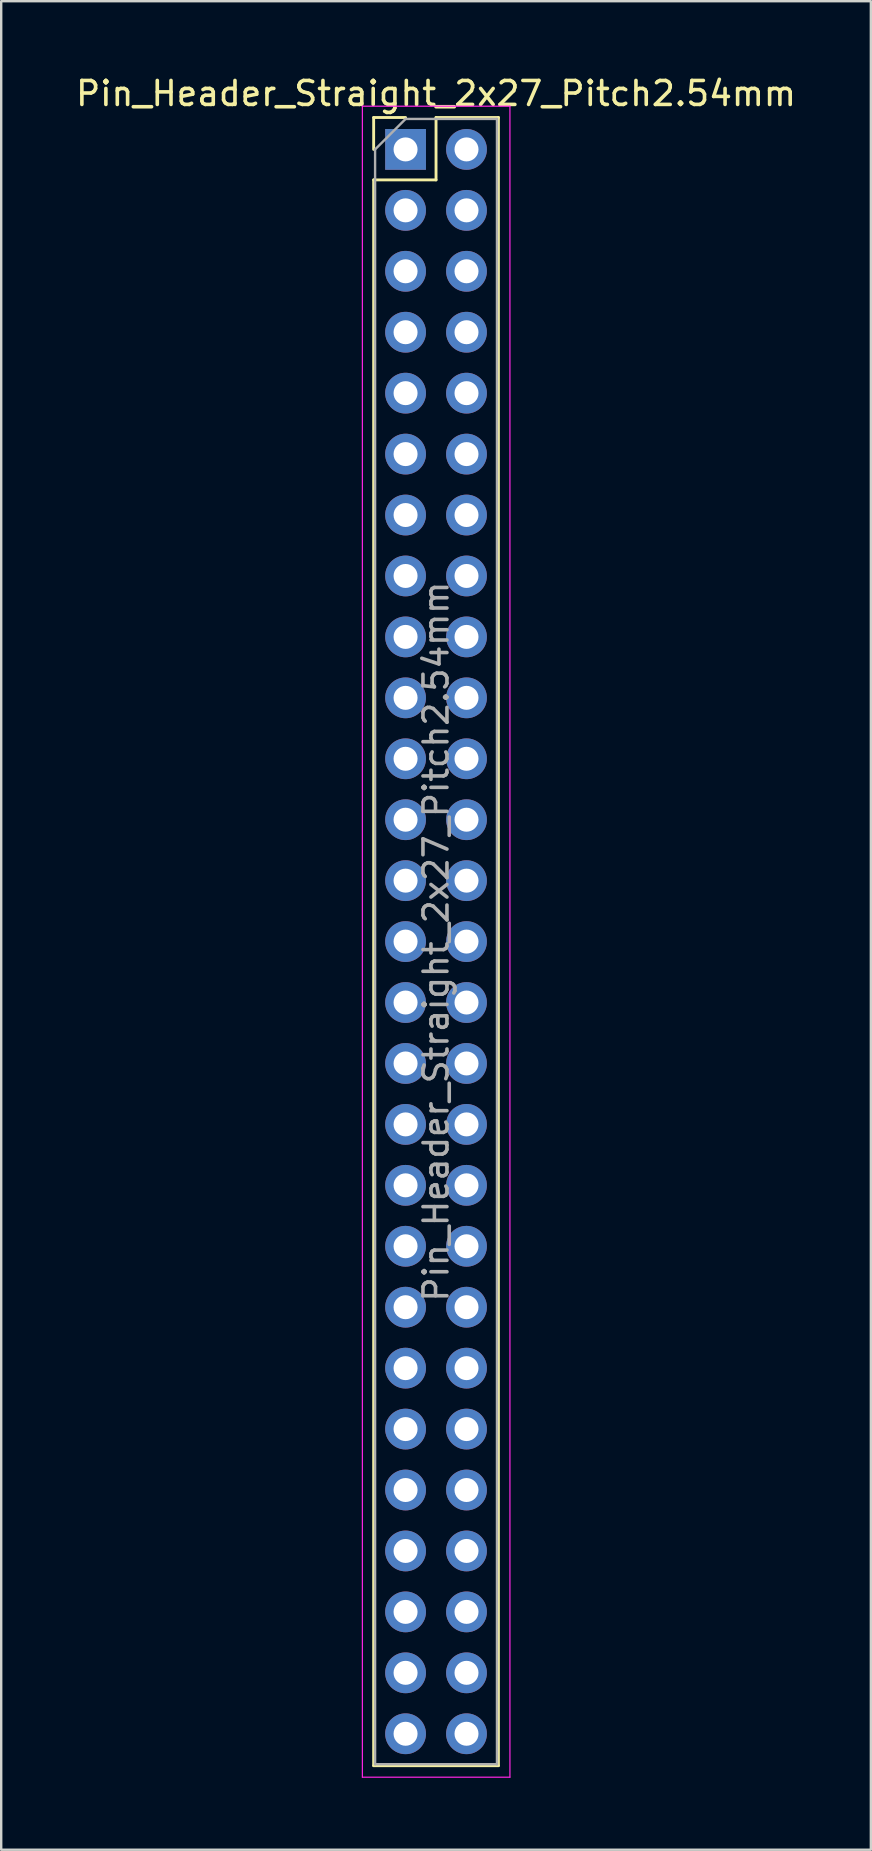
<source format=kicad_pcb>
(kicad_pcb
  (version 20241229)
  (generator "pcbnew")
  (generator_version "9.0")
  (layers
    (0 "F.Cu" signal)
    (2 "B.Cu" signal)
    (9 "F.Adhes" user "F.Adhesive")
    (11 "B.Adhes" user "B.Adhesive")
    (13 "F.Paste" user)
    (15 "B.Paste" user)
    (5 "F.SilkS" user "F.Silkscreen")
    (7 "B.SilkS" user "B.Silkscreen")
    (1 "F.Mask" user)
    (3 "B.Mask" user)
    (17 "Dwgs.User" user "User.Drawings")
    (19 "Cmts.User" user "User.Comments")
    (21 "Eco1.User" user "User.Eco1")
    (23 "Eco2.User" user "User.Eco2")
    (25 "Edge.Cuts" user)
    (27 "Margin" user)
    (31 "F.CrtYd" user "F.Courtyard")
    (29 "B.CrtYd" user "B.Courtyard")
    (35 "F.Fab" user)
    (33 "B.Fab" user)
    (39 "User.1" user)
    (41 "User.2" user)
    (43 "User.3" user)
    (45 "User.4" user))
  (footprint "Pin_Header_Straight_2x27_Pitch2.54mm"
    (layer "F.Cu")
    (at 13.855 3.178)
    (property "Reference" "Pin_Header_Straight_2x27_Pitch2.54mm" (at 1.27 -2.33 0) (layer "F.SilkS") (effects (font (size 1 1) (thickness 0.15))))
    (attr through_hole)
    (fp_line (start -1.33 -1.33) (end 0 -1.33) (stroke (width 0.12) (type solid)) (layer "F.SilkS"))
    (fp_line (start -1.33 0) (end -1.33 -1.33) (stroke (width 0.12) (type solid)) (layer "F.SilkS"))
    (fp_line (start -1.33 1.27) (end -1.33 67.37) (stroke (width 0.12) (type solid)) (layer "F.SilkS"))
    (fp_line (start -1.33 1.27) (end 1.27 1.27) (stroke (width 0.12) (type solid)) (layer "F.SilkS"))
    (fp_line (start -1.33 67.37) (end 3.87 67.37) (stroke (width 0.12) (type solid)) (layer "F.SilkS"))
    (fp_line (start 1.27 -1.33) (end 3.87 -1.33) (stroke (width 0.12) (type solid)) (layer "F.SilkS"))
    (fp_line (start 1.27 1.27) (end 1.27 -1.33) (stroke (width 0.12) (type solid)) (layer "F.SilkS"))
    (fp_line (start 3.87 -1.33) (end 3.87 67.37) (stroke (width 0.12) (type solid)) (layer "F.SilkS"))
    (fp_line (start -1.8 -1.8) (end -1.8 67.85) (stroke (width 0.05) (type solid)) (layer "F.CrtYd"))
    (fp_line (start -1.8 67.85) (end 4.35 67.85) (stroke (width 0.05) (type solid)) (layer "F.CrtYd"))
    (fp_line (start 4.35 -1.8) (end -1.8 -1.8) (stroke (width 0.05) (type solid)) (layer "F.CrtYd"))
    (fp_line (start 4.35 67.85) (end 4.35 -1.8) (stroke (width 0.05) (type solid)) (layer "F.CrtYd"))
    (fp_line (start -1.27 0) (end 0 -1.27) (stroke (width 0.1) (type solid)) (layer "F.Fab"))
    (fp_line (start -1.27 67.31) (end -1.27 0) (stroke (width 0.1) (type solid)) (layer "F.Fab"))
    (fp_line (start 0 -1.27) (end 3.81 -1.27) (stroke (width 0.1) (type solid)) (layer "F.Fab"))
    (fp_line (start 3.81 -1.27) (end 3.81 67.31) (stroke (width 0.1) (type solid)) (layer "F.Fab"))
    (fp_line (start 3.81 67.31) (end -1.27 67.31) (stroke (width 0.1) (type solid)) (layer "F.Fab"))
    (fp_text user "${REFERENCE}" (at 1.27 33.02 90) (layer "F.Fab") (effects (font (size 1 1) (thickness 0.15))))
    (pad "1" thru_hole rect (at 0 0) (size 1.7 1.7) (drill 1) (layers "*.Cu" "*.Mask"))
    (pad "2" thru_hole oval (at 2.54 0) (size 1.7 1.7) (drill 1) (layers "*.Cu" "*.Mask"))
    (pad "3" thru_hole oval (at 0 2.54) (size 1.7 1.7) (drill 1) (layers "*.Cu" "*.Mask"))
    (pad "4" thru_hole oval (at 2.54 2.54) (size 1.7 1.7) (drill 1) (layers "*.Cu" "*.Mask"))
    (pad "5" thru_hole oval (at 0 5.08) (size 1.7 1.7) (drill 1) (layers "*.Cu" "*.Mask"))
    (pad "6" thru_hole oval (at 2.54 5.08) (size 1.7 1.7) (drill 1) (layers "*.Cu" "*.Mask"))
    (pad "7" thru_hole oval (at 0 7.62) (size 1.7 1.7) (drill 1) (layers "*.Cu" "*.Mask"))
    (pad "8" thru_hole oval (at 2.54 7.62) (size 1.7 1.7) (drill 1) (layers "*.Cu" "*.Mask"))
    (pad "9" thru_hole oval (at 0 10.16) (size 1.7 1.7) (drill 1) (layers "*.Cu" "*.Mask"))
    (pad "10" thru_hole oval (at 2.54 10.16) (size 1.7 1.7) (drill 1) (layers "*.Cu" "*.Mask"))
    (pad "11" thru_hole oval (at 0 12.7) (size 1.7 1.7) (drill 1) (layers "*.Cu" "*.Mask"))
    (pad "12" thru_hole oval (at 2.54 12.7) (size 1.7 1.7) (drill 1) (layers "*.Cu" "*.Mask"))
    (pad "13" thru_hole oval (at 0 15.24) (size 1.7 1.7) (drill 1) (layers "*.Cu" "*.Mask"))
    (pad "14" thru_hole oval (at 2.54 15.24) (size 1.7 1.7) (drill 1) (layers "*.Cu" "*.Mask"))
    (pad "15" thru_hole oval (at 0 17.78) (size 1.7 1.7) (drill 1) (layers "*.Cu" "*.Mask"))
    (pad "16" thru_hole oval (at 2.54 17.78) (size 1.7 1.7) (drill 1) (layers "*.Cu" "*.Mask"))
    (pad "17" thru_hole oval (at 0 20.32) (size 1.7 1.7) (drill 1) (layers "*.Cu" "*.Mask"))
    (pad "18" thru_hole oval (at 2.54 20.32) (size 1.7 1.7) (drill 1) (layers "*.Cu" "*.Mask"))
    (pad "19" thru_hole oval (at 0 22.86) (size 1.7 1.7) (drill 1) (layers "*.Cu" "*.Mask"))
    (pad "20" thru_hole oval (at 2.54 22.86) (size 1.7 1.7) (drill 1) (layers "*.Cu" "*.Mask"))
    (pad "21" thru_hole oval (at 0 25.4) (size 1.7 1.7) (drill 1) (layers "*.Cu" "*.Mask"))
    (pad "22" thru_hole oval (at 2.54 25.4) (size 1.7 1.7) (drill 1) (layers "*.Cu" "*.Mask"))
    (pad "23" thru_hole oval (at 0 27.94) (size 1.7 1.7) (drill 1) (layers "*.Cu" "*.Mask"))
    (pad "24" thru_hole oval (at 2.54 27.94) (size 1.7 1.7) (drill 1) (layers "*.Cu" "*.Mask"))
    (pad "25" thru_hole oval (at 0 30.48) (size 1.7 1.7) (drill 1) (layers "*.Cu" "*.Mask"))
    (pad "26" thru_hole oval (at 2.54 30.48) (size 1.7 1.7) (drill 1) (layers "*.Cu" "*.Mask"))
    (pad "27" thru_hole oval (at 0 33.02) (size 1.7 1.7) (drill 1) (layers "*.Cu" "*.Mask"))
    (pad "28" thru_hole oval (at 2.54 33.02) (size 1.7 1.7) (drill 1) (layers "*.Cu" "*.Mask"))
    (pad "29" thru_hole oval (at 0 35.56) (size 1.7 1.7) (drill 1) (layers "*.Cu" "*.Mask"))
    (pad "30" thru_hole oval (at 2.54 35.56) (size 1.7 1.7) (drill 1) (layers "*.Cu" "*.Mask"))
    (pad "31" thru_hole oval (at 0 38.1) (size 1.7 1.7) (drill 1) (layers "*.Cu" "*.Mask"))
    (pad "32" thru_hole oval (at 2.54 38.1) (size 1.7 1.7) (drill 1) (layers "*.Cu" "*.Mask"))
    (pad "33" thru_hole oval (at 0 40.64) (size 1.7 1.7) (drill 1) (layers "*.Cu" "*.Mask"))
    (pad "34" thru_hole oval (at 2.54 40.64) (size 1.7 1.7) (drill 1) (layers "*.Cu" "*.Mask"))
    (pad "35" thru_hole oval (at 0 43.18) (size 1.7 1.7) (drill 1) (layers "*.Cu" "*.Mask"))
    (pad "36" thru_hole oval (at 2.54 43.18) (size 1.7 1.7) (drill 1) (layers "*.Cu" "*.Mask"))
    (pad "37" thru_hole oval (at 0 45.72) (size 1.7 1.7) (drill 1) (layers "*.Cu" "*.Mask"))
    (pad "38" thru_hole oval (at 2.54 45.72) (size 1.7 1.7) (drill 1) (layers "*.Cu" "*.Mask"))
    (pad "39" thru_hole oval (at 0 48.26) (size 1.7 1.7) (drill 1) (layers "*.Cu" "*.Mask"))
    (pad "40" thru_hole oval (at 2.54 48.26) (size 1.7 1.7) (drill 1) (layers "*.Cu" "*.Mask"))
    (pad "41" thru_hole oval (at 0 50.8) (size 1.7 1.7) (drill 1) (layers "*.Cu" "*.Mask"))
    (pad "42" thru_hole oval (at 2.54 50.8) (size 1.7 1.7) (drill 1) (layers "*.Cu" "*.Mask"))
    (pad "43" thru_hole oval (at 0 53.34) (size 1.7 1.7) (drill 1) (layers "*.Cu" "*.Mask"))
    (pad "44" thru_hole oval (at 2.54 53.34) (size 1.7 1.7) (drill 1) (layers "*.Cu" "*.Mask"))
    (pad "45" thru_hole oval (at 0 55.88) (size 1.7 1.7) (drill 1) (layers "*.Cu" "*.Mask"))
    (pad "46" thru_hole oval (at 2.54 55.88) (size 1.7 1.7) (drill 1) (layers "*.Cu" "*.Mask"))
    (pad "47" thru_hole oval (at 0 58.42) (size 1.7 1.7) (drill 1) (layers "*.Cu" "*.Mask"))
    (pad "48" thru_hole oval (at 2.54 58.42) (size 1.7 1.7) (drill 1) (layers "*.Cu" "*.Mask"))
    (pad "49" thru_hole oval (at 0 60.96) (size 1.7 1.7) (drill 1) (layers "*.Cu" "*.Mask"))
    (pad "50" thru_hole oval (at 2.54 60.96) (size 1.7 1.7) (drill 1) (layers "*.Cu" "*.Mask"))
    (pad "51" thru_hole oval (at 0 63.5) (size 1.7 1.7) (drill 1) (layers "*.Cu" "*.Mask"))
    (pad "52" thru_hole oval (at 2.54 63.5) (size 1.7 1.7) (drill 1) (layers "*.Cu" "*.Mask"))
    (pad "53" thru_hole oval (at 0 66.04) (size 1.7 1.7) (drill 1) (layers "*.Cu" "*.Mask"))
    (pad "54" thru_hole oval (at 2.54 66.04) (size 1.7 1.7) (drill 1) (layers "*.Cu" "*.Mask")))
  (gr_rect
    (start -3 -3)
    (end 33.25 74.053)
    (stroke (width 0.1) (type default))
    (fill no)
    (layer "Edge.Cuts")))
</source>
